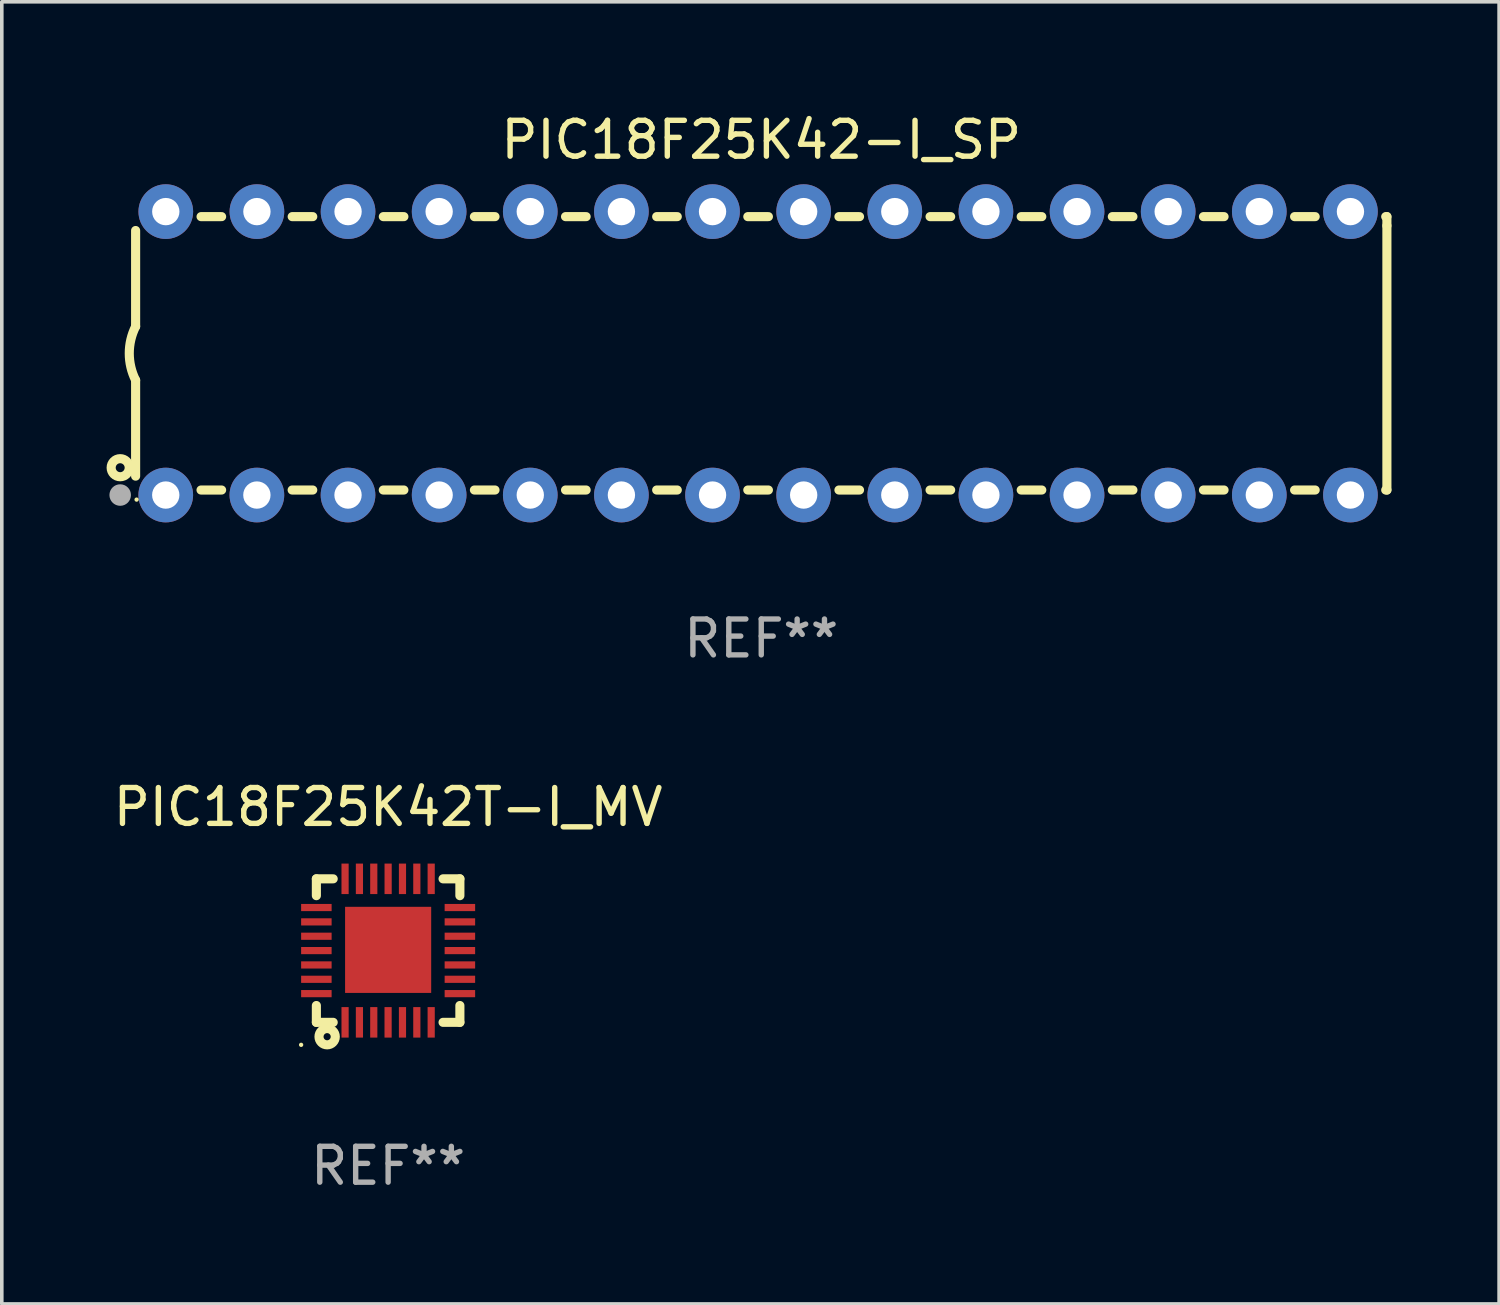
<source format=kicad_pcb>
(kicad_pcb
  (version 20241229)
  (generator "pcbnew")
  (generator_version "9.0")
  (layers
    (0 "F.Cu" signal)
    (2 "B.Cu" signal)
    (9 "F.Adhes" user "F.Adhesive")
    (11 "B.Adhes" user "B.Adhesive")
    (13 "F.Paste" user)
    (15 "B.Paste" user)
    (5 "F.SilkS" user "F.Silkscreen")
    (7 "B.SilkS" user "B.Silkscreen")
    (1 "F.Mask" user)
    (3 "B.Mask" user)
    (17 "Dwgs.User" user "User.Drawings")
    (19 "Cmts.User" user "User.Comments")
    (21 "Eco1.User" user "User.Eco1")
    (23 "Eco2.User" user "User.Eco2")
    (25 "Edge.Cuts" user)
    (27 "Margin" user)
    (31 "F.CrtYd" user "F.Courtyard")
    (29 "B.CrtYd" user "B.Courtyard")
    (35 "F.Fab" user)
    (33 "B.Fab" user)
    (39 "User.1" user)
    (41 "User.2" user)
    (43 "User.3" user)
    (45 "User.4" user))
  (footprint "PIC18F25K42T-I_MV"
    (layer "F.Cu")
    (at 7.768 23.445)
    (property "Reference" "PIC18F25K42T-I_MV" (at 0 -4 0) (layer "F.SilkS") (effects (font (size 1 1) (thickness 0.15))))
    (attr through_hole)
    (fp_line (start -2 -2) (end -1.531 -2) (stroke (width 0.254) (type solid)) (layer "F.SilkS"))
    (fp_line (start -2 -1.531) (end -2 -2) (stroke (width 0.254) (type solid)) (layer "F.SilkS"))
    (fp_line (start -2 2) (end -2 1.531) (stroke (width 0.254) (type solid)) (layer "F.SilkS"))
    (fp_line (start -1.531 2) (end -2 2) (stroke (width 0.254) (type solid)) (layer "F.SilkS"))
    (fp_line (start 1.531 -2) (end 2 -2) (stroke (width 0.254) (type solid)) (layer "F.SilkS"))
    (fp_line (start 2 -2) (end 2 -1.531) (stroke (width 0.254) (type solid)) (layer "F.SilkS"))
    (fp_line (start 2 1.531) (end 2 2) (stroke (width 0.254) (type solid)) (layer "F.SilkS"))
    (fp_line (start 2 2) (end 1.531 2) (stroke (width 0.254) (type solid)) (layer "F.SilkS"))
    (fp_circle (center -2.425 2.627) (end -2.395 2.627) (stroke (width 0.06) (type solid)) (fill no) (layer "F.SilkS"))
    (fp_circle (center -1.7 2.4) (end -1.6 2.4) (stroke (width 0.254) (type solid)) (fill no) (layer "F.SilkS"))
    (fp_text user "REF**" (at 0 6 0) (layer "F.Fab") (effects (font (size 1 1) (thickness 0.15))))
    (pad "1" smd rect (at -1.2 2 180) (size 0.2 0.85) (layers "F.Cu" "F.Mask" "F.Paste"))
    (pad "2" smd rect (at -0.8 2 180) (size 0.2 0.85) (layers "F.Cu" "F.Mask" "F.Paste"))
    (pad "3" smd rect (at -0.4 2 180) (size 0.2 0.85) (layers "F.Cu" "F.Mask" "F.Paste"))
    (pad "4" smd rect (at -0.001 2 180) (size 0.2 0.85) (layers "F.Cu" "F.Mask" "F.Paste"))
    (pad "5" smd rect (at 0.4 2 180) (size 0.2 0.85) (layers "F.Cu" "F.Mask" "F.Paste"))
    (pad "6" smd rect (at 0.8 2 180) (size 0.2 0.85) (layers "F.Cu" "F.Mask" "F.Paste"))
    (pad "7" smd rect (at 1.2 2 180) (size 0.2 0.85) (layers "F.Cu" "F.Mask" "F.Paste"))
    (pad "8" smd rect (at 2 1.2 270) (size 0.2 0.85) (layers "F.Cu" "F.Mask" "F.Paste"))
    (pad "9" smd rect (at 2 0.8 270) (size 0.2 0.85) (layers "F.Cu" "F.Mask" "F.Paste"))
    (pad "10" smd rect (at 2 0.4 270) (size 0.2 0.85) (layers "F.Cu" "F.Mask" "F.Paste"))
    (pad "11" smd rect (at 2 0 270) (size 0.2 0.85) (layers "F.Cu" "F.Mask" "F.Paste"))
    (pad "12" smd rect (at 2 -0.4 270) (size 0.2 0.85) (layers "F.Cu" "F.Mask" "F.Paste"))
    (pad "13" smd rect (at 2 -0.8 270) (size 0.2 0.85) (layers "F.Cu" "F.Mask" "F.Paste"))
    (pad "14" smd rect (at 2 -1.2 270) (size 0.2 0.85) (layers "F.Cu" "F.Mask" "F.Paste"))
    (pad "15" smd rect (at 1.2 -2) (size 0.2 0.85) (layers "F.Cu" "F.Mask" "F.Paste"))
    (pad "16" smd rect (at 0.8 -2) (size 0.2 0.85) (layers "F.Cu" "F.Mask" "F.Paste"))
    (pad "17" smd rect (at 0.4 -2) (size 0.2 0.85) (layers "F.Cu" "F.Mask" "F.Paste"))
    (pad "18" smd rect (at 0 -2) (size 0.2 0.85) (layers "F.Cu" "F.Mask" "F.Paste"))
    (pad "19" smd rect (at -0.4 -2) (size 0.2 0.85) (layers "F.Cu" "F.Mask" "F.Paste"))
    (pad "20" smd rect (at -0.8 -2) (size 0.2 0.85) (layers "F.Cu" "F.Mask" "F.Paste"))
    (pad "21" smd rect (at -1.2 -2) (size 0.2 0.85) (layers "F.Cu" "F.Mask" "F.Paste"))
    (pad "22" smd rect (at -2 -1.2 90) (size 0.2 0.85) (layers "F.Cu" "F.Mask" "F.Paste"))
    (pad "23" smd rect (at -2 -0.8 90) (size 0.2 0.85) (layers "F.Cu" "F.Mask" "F.Paste"))
    (pad "24" smd rect (at -2 -0.4 90) (size 0.2 0.85) (layers "F.Cu" "F.Mask" "F.Paste"))
    (pad "25" smd rect (at -2 0 90) (size 0.2 0.85) (layers "F.Cu" "F.Mask" "F.Paste"))
    (pad "26" smd rect (at -2 0.4 90) (size 0.2 0.85) (layers "F.Cu" "F.Mask" "F.Paste"))
    (pad "27" smd rect (at -2 0.8 90) (size 0.2 0.85) (layers "F.Cu" "F.Mask" "F.Paste"))
    (pad "28" smd rect (at -2 1.2 90) (size 0.2 0.85) (layers "F.Cu" "F.Mask" "F.Paste"))
    (pad "29" smd rect (at 0.000254 -0.02 90) (size 2.4 2.4) (layers "F.Cu" "F.Mask" "F.Paste")))
  (footprint "PIC18F25K42-I_SP"
    (layer "F.Cu")
    (at 18.168 6.798)
    (property "Reference" "PIC18F25K42-I_SP" (at 0 -5.95 0) (layer "F.SilkS") (effects (font (size 1 1) (thickness 0.15))))
    (attr through_hole)
    (fp_line (start -17.438 0.75) (end -17.438 3.423) (stroke (width 0.254) (type solid)) (layer "F.SilkS"))
    (fp_line (start -17.438 -3.423) (end -17.438 -0.75) (stroke (width 0.254) (type solid)) (layer "F.SilkS"))
    (fp_line (start -15.615 3.81) (end -15.041 3.81) (stroke (width 0.254) (type solid)) (layer "F.SilkS"))
    (fp_line (start -15.041 -3.81) (end -15.614 -3.81) (stroke (width 0.254) (type solid)) (layer "F.SilkS"))
    (fp_line (start -13.075 3.81) (end -12.501 3.81) (stroke (width 0.254) (type solid)) (layer "F.SilkS"))
    (fp_line (start -12.501 -3.81) (end -13.074 -3.81) (stroke (width 0.254) (type solid)) (layer "F.SilkS"))
    (fp_line (start -10.535 3.81) (end -9.961 3.81) (stroke (width 0.254) (type solid)) (layer "F.SilkS"))
    (fp_line (start -9.961 -3.81) (end -10.534 -3.81) (stroke (width 0.254) (type solid)) (layer "F.SilkS"))
    (fp_line (start -7.995 3.81) (end -7.421 3.81) (stroke (width 0.254) (type solid)) (layer "F.SilkS"))
    (fp_line (start -7.421 -3.81) (end -7.995 -3.81) (stroke (width 0.254) (type solid)) (layer "F.SilkS"))
    (fp_line (start -5.455 3.81) (end -4.881 3.81) (stroke (width 0.254) (type solid)) (layer "F.SilkS"))
    (fp_line (start -4.881 -3.81) (end -5.455 -3.81) (stroke (width 0.254) (type solid)) (layer "F.SilkS"))
    (fp_line (start -2.915 3.81) (end -2.341 3.81) (stroke (width 0.254) (type solid)) (layer "F.SilkS"))
    (fp_line (start -2.341 -3.81) (end -2.915 -3.81) (stroke (width 0.254) (type solid)) (layer "F.SilkS"))
    (fp_line (start -0.375 3.81) (end 0.199 3.81) (stroke (width 0.254) (type solid)) (layer "F.SilkS"))
    (fp_line (start 0.199 -3.81) (end -0.375 -3.81) (stroke (width 0.254) (type solid)) (layer "F.SilkS"))
    (fp_line (start 2.165 3.81) (end 2.739 3.81) (stroke (width 0.254) (type solid)) (layer "F.SilkS"))
    (fp_line (start 2.739 -3.81) (end 2.165 -3.81) (stroke (width 0.254) (type solid)) (layer "F.SilkS"))
    (fp_line (start 4.705 3.81) (end 5.279 3.81) (stroke (width 0.254) (type solid)) (layer "F.SilkS"))
    (fp_line (start 5.279 -3.81) (end 4.705 -3.81) (stroke (width 0.254) (type solid)) (layer "F.SilkS"))
    (fp_line (start 7.245 3.81) (end 7.819 3.81) (stroke (width 0.254) (type solid)) (layer "F.SilkS"))
    (fp_line (start 7.819 -3.81) (end 7.245 -3.81) (stroke (width 0.254) (type solid)) (layer "F.SilkS"))
    (fp_line (start 9.785 3.81) (end 10.359 3.81) (stroke (width 0.254) (type solid)) (layer "F.SilkS"))
    (fp_line (start 10.359 -3.81) (end 9.785 -3.81) (stroke (width 0.254) (type solid)) (layer "F.SilkS"))
    (fp_line (start 12.325 3.81) (end 12.899 3.81) (stroke (width 0.254) (type solid)) (layer "F.SilkS"))
    (fp_line (start 12.899 -3.81) (end 12.325 -3.81) (stroke (width 0.254) (type solid)) (layer "F.SilkS"))
    (fp_line (start 14.865 3.81) (end 15.439 3.81) (stroke (width 0.254) (type solid)) (layer "F.SilkS"))
    (fp_line (start 15.439 -3.81) (end 14.865 -3.81) (stroke (width 0.254) (type solid)) (layer "F.SilkS"))
    (fp_line (start 17.405 3.81) (end 17.438 3.81) (stroke (width 0.254) (type solid)) (layer "F.SilkS"))
    (fp_line (start 17.438 -3.81) (end 17.405 -3.81) (stroke (width 0.254) (type solid)) (layer "F.SilkS"))
    (fp_line (start 17.438 -3.556) (end 17.438 -3.81) (stroke (width 0.254) (type solid)) (layer "F.SilkS"))
    (fp_line (start 17.438 3.81) (end 17.438 -3.556) (stroke (width 0.254) (type solid)) (layer "F.SilkS"))
    (fp_arc (start -17.437986 0.749657) (mid -17.614887 -0.000024) (end -17.437783 -0.749657) (stroke (width 0.254001) (type solid)) (layer "F.SilkS"))
    (fp_circle (center -17.868 3.188) (end -17.743 3.188) (stroke (width 0.254) (type solid)) (fill no) (layer "F.SilkS"))
    (fp_circle (center -17.411 4.077) (end -17.381 4.077) (stroke (width 0.06) (type solid)) (fill no) (layer "F.SilkS"))
    (fp_circle (center -17.868 3.95) (end -17.718 3.95) (stroke (width 0.3) (type solid)) (fill no) (layer "F.Fab"))
    (fp_text user "REF**" (at 0 7.95 0) (layer "F.Fab") (effects (font (size 1 1) (thickness 0.15))))
    (pad "1" thru_hole circle (at -16.598 3.95) (size 1.524 1.524) (drill 0.762) (layers "*.Cu" "*.Mask"))
    (pad "2" thru_hole circle (at -14.058 3.95) (size 1.524 1.524) (drill 0.762) (layers "*.Cu" "*.Mask"))
    (pad "3" thru_hole circle (at -11.518 3.95) (size 1.524 1.524) (drill 0.762) (layers "*.Cu" "*.Mask"))
    (pad "4" thru_hole circle (at -8.978 3.95) (size 1.524 1.524) (drill 0.762) (layers "*.Cu" "*.Mask"))
    (pad "5" thru_hole circle (at -6.438 3.95) (size 1.524 1.524) (drill 0.762) (layers "*.Cu" "*.Mask"))
    (pad "6" thru_hole circle (at -3.898 3.95) (size 1.524 1.524) (drill 0.762) (layers "*.Cu" "*.Mask"))
    (pad "7" thru_hole circle (at -1.358 3.95) (size 1.524 1.524) (drill 0.762) (layers "*.Cu" "*.Mask"))
    (pad "8" thru_hole circle (at 1.182 3.95) (size 1.524 1.524) (drill 0.762) (layers "*.Cu" "*.Mask"))
    (pad "9" thru_hole circle (at 3.722 3.95) (size 1.524 1.524) (drill 0.762) (layers "*.Cu" "*.Mask"))
    (pad "10" thru_hole circle (at 6.262 3.95) (size 1.524 1.524) (drill 0.762) (layers "*.Cu" "*.Mask"))
    (pad "11" thru_hole circle (at 8.802 3.95) (size 1.524 1.524) (drill 0.762) (layers "*.Cu" "*.Mask"))
    (pad "12" thru_hole circle (at 11.342 3.95) (size 1.524 1.524) (drill 0.762) (layers "*.Cu" "*.Mask"))
    (pad "13" thru_hole circle (at 13.882 3.95) (size 1.524 1.524) (drill 0.762) (layers "*.Cu" "*.Mask"))
    (pad "14" thru_hole circle (at 16.422 3.95) (size 1.524 1.524) (drill 0.762) (layers "*.Cu" "*.Mask"))
    (pad "15" thru_hole circle (at 16.422 -3.95) (size 1.524 1.524) (drill 0.762) (layers "*.Cu" "*.Mask"))
    (pad "16" thru_hole circle (at 13.882 -3.95) (size 1.524 1.524) (drill 0.762) (layers "*.Cu" "*.Mask"))
    (pad "17" thru_hole circle (at 11.342 -3.95) (size 1.524 1.524) (drill 0.762) (layers "*.Cu" "*.Mask"))
    (pad "18" thru_hole circle (at 8.802 -3.95) (size 1.524 1.524) (drill 0.762) (layers "*.Cu" "*.Mask"))
    (pad "19" thru_hole circle (at 6.262 -3.95) (size 1.524 1.524) (drill 0.762) (layers "*.Cu" "*.Mask"))
    (pad "20" thru_hole circle (at 3.722 -3.95) (size 1.524 1.524) (drill 0.762) (layers "*.Cu" "*.Mask"))
    (pad "21" thru_hole circle (at 1.182 -3.95) (size 1.524 1.524) (drill 0.762) (layers "*.Cu" "*.Mask"))
    (pad "22" thru_hole circle (at -1.358 -3.95) (size 1.524 1.524) (drill 0.762) (layers "*.Cu" "*.Mask"))
    (pad "23" thru_hole circle (at -3.898 -3.95) (size 1.524 1.524) (drill 0.762) (layers "*.Cu" "*.Mask"))
    (pad "24" thru_hole circle (at -6.438 -3.95) (size 1.524 1.524) (drill 0.762) (layers "*.Cu" "*.Mask"))
    (pad "25" thru_hole circle (at -8.978 -3.95) (size 1.524 1.524) (drill 0.762) (layers "*.Cu" "*.Mask"))
    (pad "26" thru_hole circle (at -11.517 -3.95) (size 1.524 1.524) (drill 0.762) (layers "*.Cu" "*.Mask"))
    (pad "27" thru_hole circle (at -14.057 -3.95) (size 1.524 1.524) (drill 0.762) (layers "*.Cu" "*.Mask"))
    (pad "28" thru_hole circle (at -16.597 -3.95) (size 1.524 1.524) (drill 0.762) (layers "*.Cu" "*.Mask")))
  (gr_rect
    (start -3 -3)
    (end 38.733 33.293)
    (stroke (width 0.1) (type default))
    (fill no)
    (layer "Edge.Cuts")))
</source>
